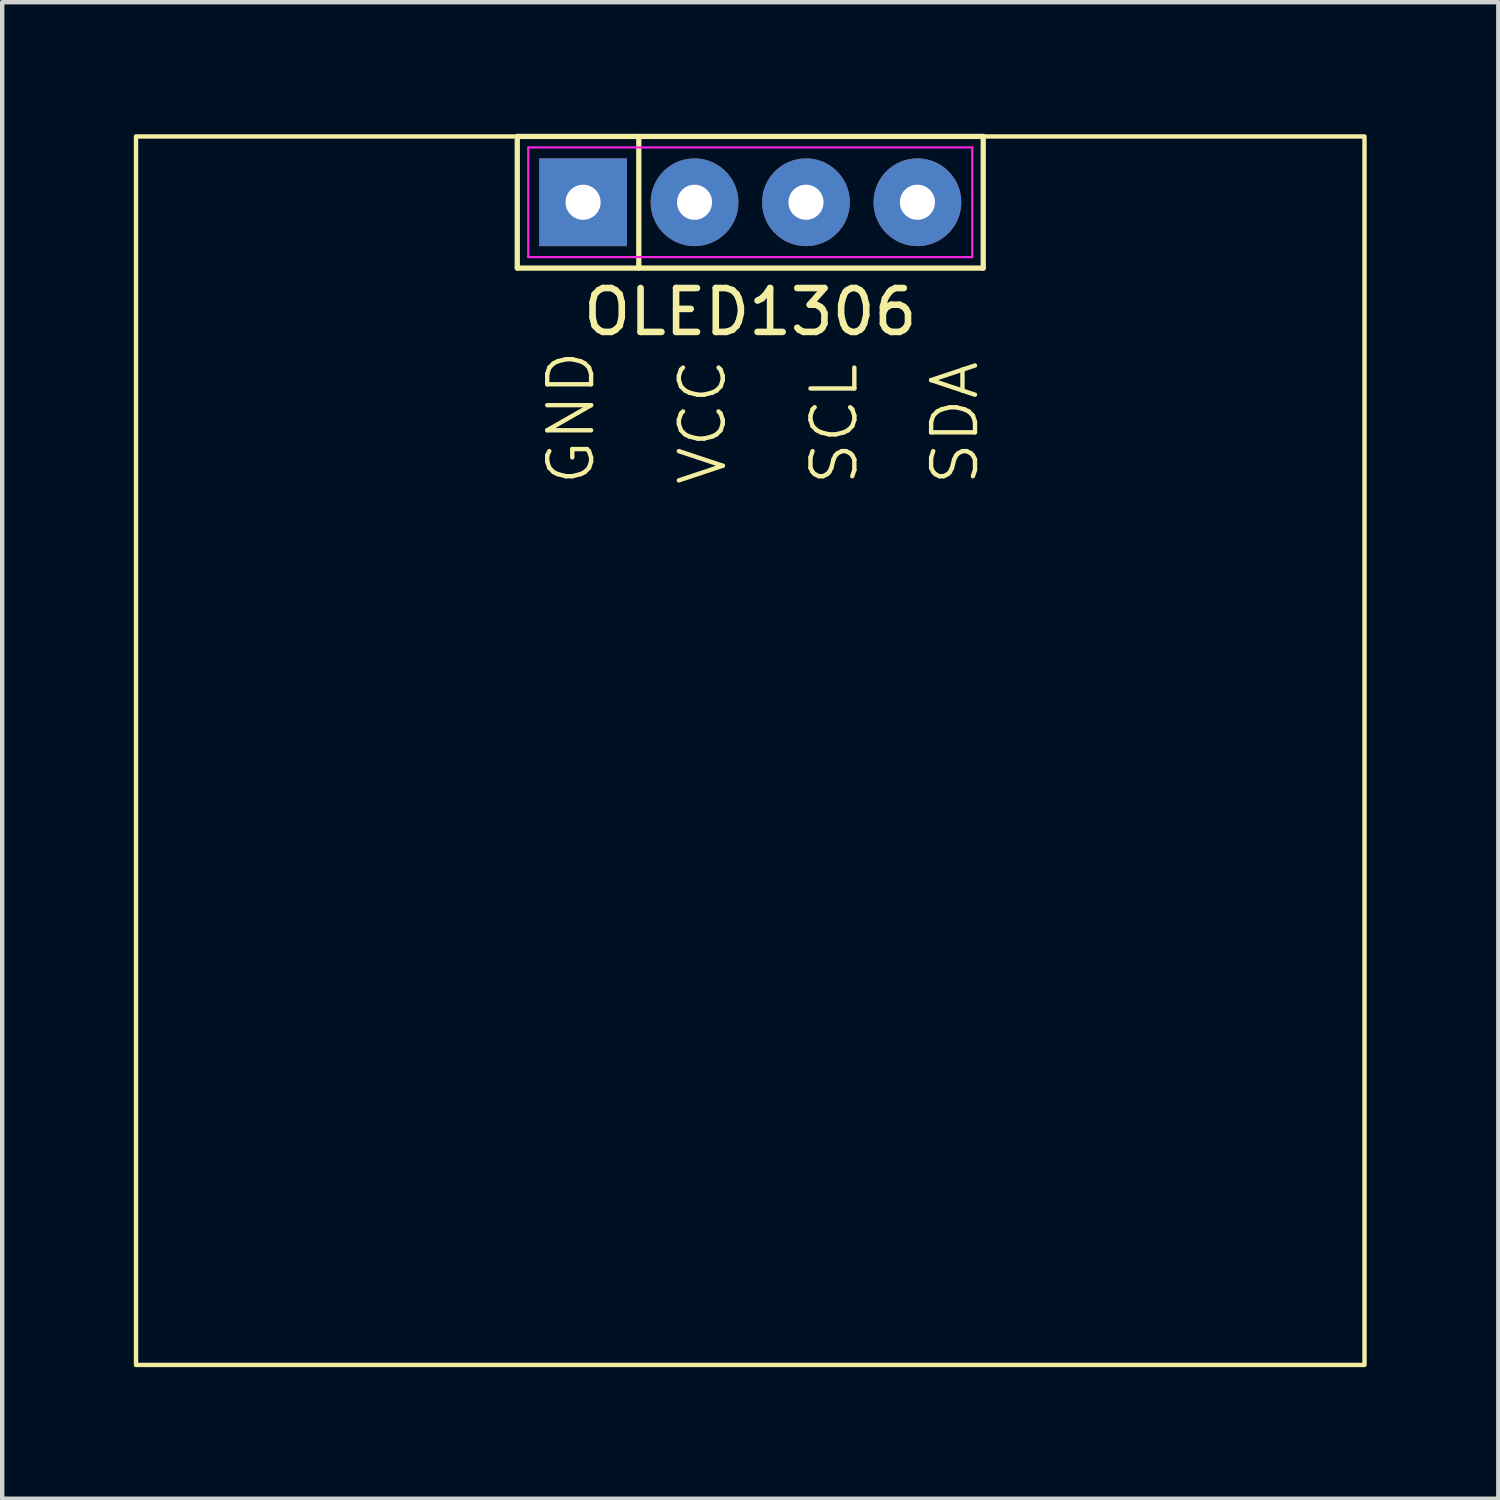
<source format=kicad_pcb>
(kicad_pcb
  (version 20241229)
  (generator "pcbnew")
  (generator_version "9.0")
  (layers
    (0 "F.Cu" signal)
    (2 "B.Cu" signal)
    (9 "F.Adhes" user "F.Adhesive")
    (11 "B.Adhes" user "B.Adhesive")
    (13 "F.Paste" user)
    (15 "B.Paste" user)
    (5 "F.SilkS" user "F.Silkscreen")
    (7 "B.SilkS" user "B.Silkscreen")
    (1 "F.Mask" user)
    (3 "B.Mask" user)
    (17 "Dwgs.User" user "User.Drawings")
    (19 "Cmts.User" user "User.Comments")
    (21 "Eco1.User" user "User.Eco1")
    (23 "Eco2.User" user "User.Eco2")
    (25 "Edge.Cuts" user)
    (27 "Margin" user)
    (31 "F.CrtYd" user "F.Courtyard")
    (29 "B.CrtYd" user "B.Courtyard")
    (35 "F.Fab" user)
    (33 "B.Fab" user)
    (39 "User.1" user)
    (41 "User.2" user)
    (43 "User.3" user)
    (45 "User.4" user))
  (footprint "OLED1306"
    (layer "F.Cu")
    (at 14.05 1.56)
    (property "Reference" "OLED1306" (at 0 2.5 0) (layer "F.SilkS") (effects (font (size 1 1) (thickness 0.15))))
    (attr through_hole)
    (fp_line (start -5.31 -1.5) (end 5.31 -1.5) (stroke (width 0.12) (type default)) (layer "F.SilkS"))
    (fp_line (start -5.31 1.5) (end -5.31 -1.5) (stroke (width 0.12) (type default)) (layer "F.SilkS"))
    (fp_line (start -2.54 -1.5) (end -2.54 1.5) (stroke (width 0.12) (type default)) (layer "F.SilkS"))
    (fp_line (start 5.31 -1.5) (end 5.31 1.5) (stroke (width 0.12) (type default)) (layer "F.SilkS"))
    (fp_line (start 5.31 1.5) (end -5.31 1.5) (stroke (width 0.12) (type default)) (layer "F.SilkS"))
    (fp_rect (start -14 -1.5) (end 14 26.5) (stroke (width 0.1) (type solid)) (fill no) (layer "F.SilkS"))
    (fp_line (start -5.06 -1.25) (end 5.06 -1.25) (stroke (width 0.05) (type default)) (layer "F.CrtYd"))
    (fp_line (start -5.06 1.25) (end -5.06 -1.25) (stroke (width 0.05) (type default)) (layer "F.CrtYd"))
    (fp_line (start 5.06 -1.25) (end 5.06 1.25) (stroke (width 0.05) (type default)) (layer "F.CrtYd"))
    (fp_line (start 5.06 1.25) (end -5.06 1.25) (stroke (width 0.05) (type default)) (layer "F.CrtYd"))
    (fp_text user "SCL" (at 2.5 6.5 90) (unlocked yes) (layer "F.SilkS") (effects (font (size 1 1) (thickness 0.1)) (justify left bottom)))
    (fp_text user "GND" (at -3.5 6.5 90) (unlocked yes) (layer "F.SilkS") (effects (font (size 1 1) (thickness 0.1)) (justify left bottom)))
    (fp_text user "VCC" (at -0.5 6.5 90) (unlocked yes) (layer "F.SilkS") (effects (font (size 1 1) (thickness 0.1)) (justify left bottom)))
    (fp_text user "SDA" (at 5.25 6.5 90) (unlocked yes) (layer "F.SilkS") (effects (font (size 1 1) (thickness 0.1)) (justify left bottom)))
    (pad "1" thru_hole rect (at -3.81 0) (size 2 2) (drill 0.8) (layers "*.Cu" "*.Mask"))
    (pad "2" thru_hole circle (at -1.27 0) (size 2 2) (drill 0.8) (layers "*.Cu" "*.Mask"))
    (pad "3" thru_hole circle (at 1.27 0) (size 2 2) (drill 0.8) (layers "*.Cu" "*.Mask"))
    (pad "4" thru_hole circle (at 3.81 0) (size 2 2) (drill 0.8) (layers "*.Cu" "*.Mask")))
  (gr_rect
    (start -3 -3)
    (end 31.1 31.11)
    (stroke (width 0.1) (type default))
    (fill no)
    (layer "Edge.Cuts")))
</source>
